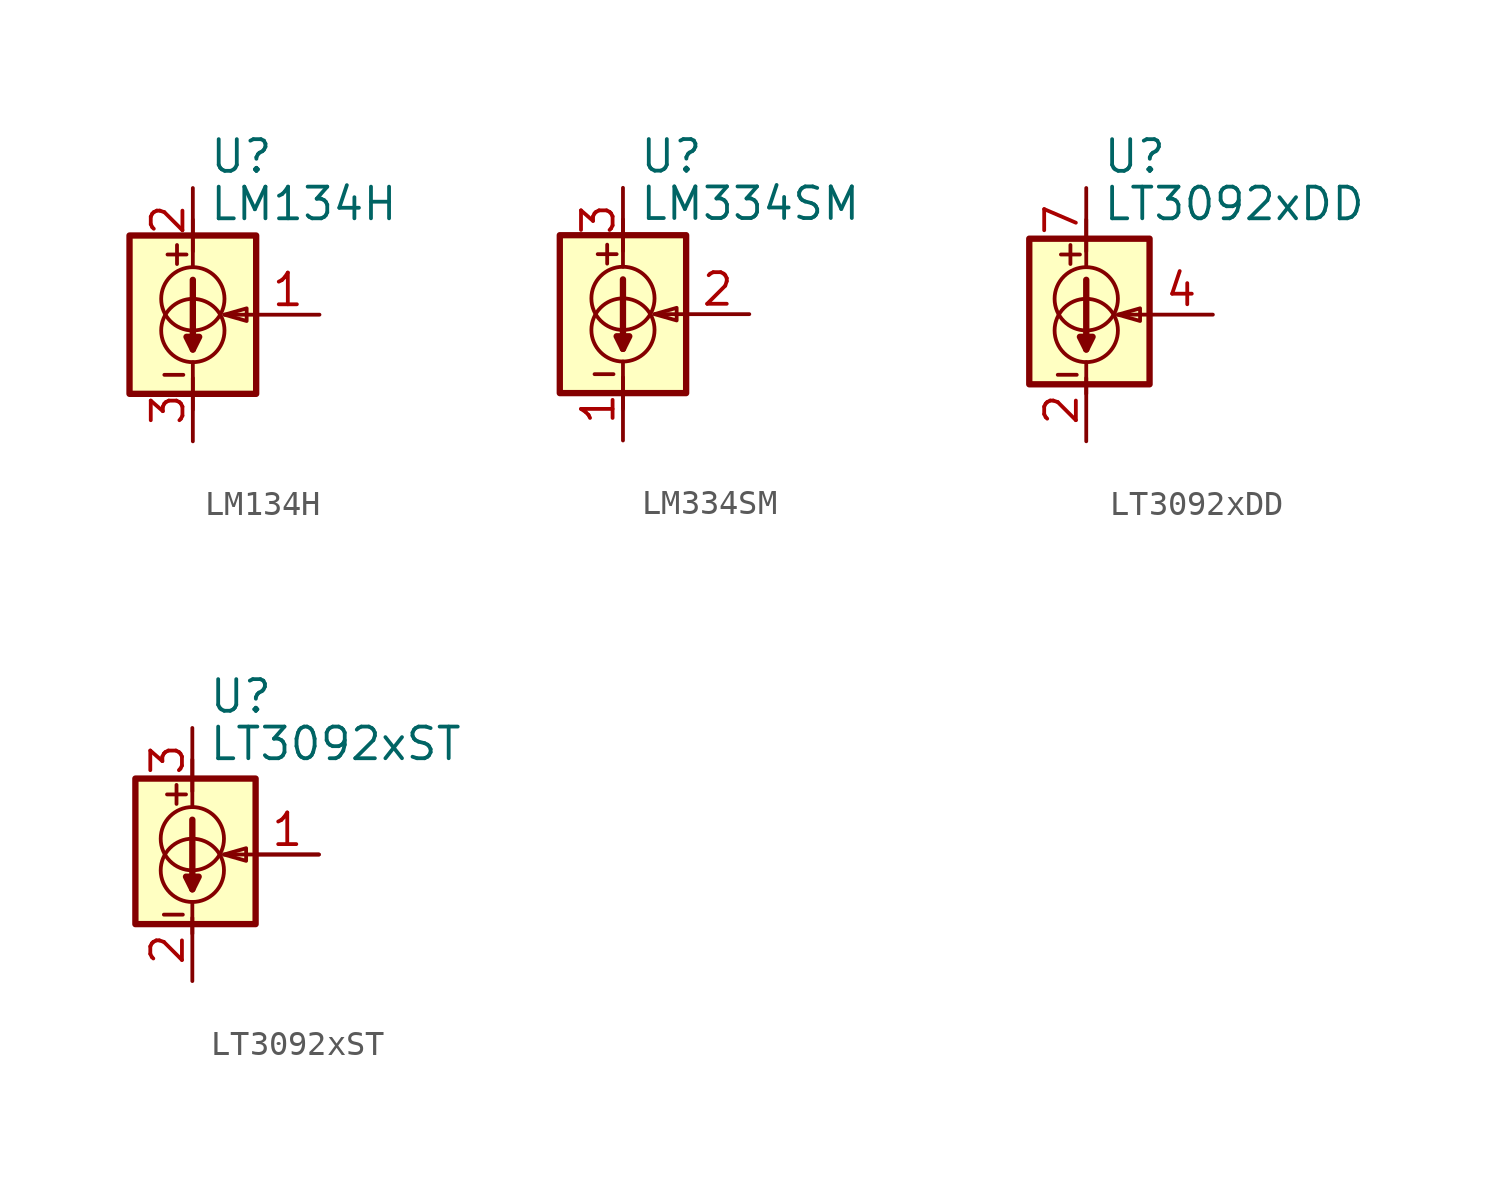
<source format=kicad_sym>
(kicad_symbol_lib
  (version 20211014)
  (generator kicad_symbol_editor)
  (symbol "LM134H"
    (property "Reference" "U"
      (at 0.635 6.35 0)
      (effects (font (size 1.27 1.27)) (justify left)))
    (property "Value" "LM134H"
      (at 0.635 4.445 0)
      (effects (font (size 1.27 1.27)) (justify left)))
    (symbol "LM134H_0_1"
      (rectangle (start -2.54 3.175) (end 2.54 -3.175) (stroke (width 0.254) (type default) (color 0 0 0 0)) (fill (type background)))
      (circle (center 0 -0.635) (radius 1.27) (stroke (width 0) (type default) (color 0 0 0 0)) (fill (type none)))
      (polyline (pts (xy -1.143 -2.413) (xy -0.381 -2.413)) (stroke (width 0) (type default) (color 0 0 0 0)) (fill (type none)))
      (polyline (pts (xy -1.016 2.413) (xy -0.254 2.413)) (stroke (width 0) (type default) (color 0 0 0 0)) (fill (type none)))
      (polyline (pts (xy -0.635 2.794) (xy -0.635 2.032)) (stroke (width 0) (type default) (color 0 0 0 0)) (fill (type none)))
      (polyline (pts (xy 0 -1.905) (xy 0 -3.81)) (stroke (width 0) (type default) (color 0 0 0 0)) (fill (type none)))
      (polyline (pts (xy 0 1.397) (xy 0 -1.397)) (stroke (width 0.254) (type default) (color 0 0 0 0)) (fill (type none)))
      (polyline (pts (xy 0 3.81) (xy 0 1.905)) (stroke (width 0) (type default) (color 0 0 0 0)) (fill (type none)))
      (polyline (pts (xy 2.54 0) (xy 1.27 0)) (stroke (width 0) (type default) (color 0 0 0 0)) (fill (type none)))
      (polyline (pts (xy 0 -1.397) (xy -0.254 -0.889) (xy 0.254 -0.889) (xy 0 -1.397)) (stroke (width 0.254) (type default) (color 0 0 0 0)) (fill (type none)))
      (polyline (pts (xy 1.27 0) (xy 2.159 0.254) (xy 2.159 -0.254) (xy 1.27 0)) (stroke (width 0) (type default) (color 0 0 0 0)) (fill (type none)))
      (circle (center 0 0.635) (radius 1.27) (stroke (width 0) (type default) (color 0 0 0 0)) (fill (type none))))
    (symbol "LM134H_1_1"
      (pin passive line (at 5.08 0 180) (length 2.54) (name "~" (effects (font (size 1.27 1.27)))) (number "1" (effects (font (size 1.27 1.27)))))
      (pin passive line (at 0 5.08 270) (length 2.54) (name "~" (effects (font (size 1.27 1.27)))) (number "2" (effects (font (size 1.27 1.27)))))
      (pin passive line (at 0 -5.08 90) (length 2.54) (name "~" (effects (font (size 1.27 1.27)))) (number "3" (effects (font (size 1.27 1.27)))))))
  (symbol "LM334SM"
    (property "Reference" "U"
      (at 0.635 6.35 0)
      (effects (font (size 1.27 1.27)) (justify left)))
    (property "Value" "LM334SM"
      (at 0.635 4.445 0)
      (effects (font (size 1.27 1.27)) (justify left)))
    (symbol "LM334SM_0_1"
      (rectangle (start -2.54 3.175) (end 2.54 -3.175) (stroke (width 0.254) (type default) (color 0 0 0 0)) (fill (type background)))
      (circle (center 0 -0.635) (radius 1.27) (stroke (width 0) (type default) (color 0 0 0 0)) (fill (type none)))
      (polyline (pts (xy -1.143 -2.413) (xy -0.381 -2.413)) (stroke (width 0) (type default) (color 0 0 0 0)) (fill (type none)))
      (polyline (pts (xy -1.016 2.413) (xy -0.254 2.413)) (stroke (width 0) (type default) (color 0 0 0 0)) (fill (type none)))
      (polyline (pts (xy -0.635 2.794) (xy -0.635 2.032)) (stroke (width 0) (type default) (color 0 0 0 0)) (fill (type none)))
      (polyline (pts (xy 0 -1.905) (xy 0 -3.81)) (stroke (width 0) (type default) (color 0 0 0 0)) (fill (type none)))
      (polyline (pts (xy 0 1.397) (xy 0 -1.397)) (stroke (width 0.254) (type default) (color 0 0 0 0)) (fill (type none)))
      (polyline (pts (xy 0 3.81) (xy 0 1.905)) (stroke (width 0) (type default) (color 0 0 0 0)) (fill (type none)))
      (polyline (pts (xy 2.54 0) (xy 1.27 0)) (stroke (width 0) (type default) (color 0 0 0 0)) (fill (type none)))
      (polyline (pts (xy 0 -1.397) (xy -0.254 -0.889) (xy 0.254 -0.889) (xy 0 -1.397)) (stroke (width 0.254) (type default) (color 0 0 0 0)) (fill (type none)))
      (polyline (pts (xy 1.27 0) (xy 2.159 0.254) (xy 2.159 -0.254) (xy 1.27 0)) (stroke (width 0) (type default) (color 0 0 0 0)) (fill (type none)))
      (circle (center 0 0.635) (radius 1.27) (stroke (width 0) (type default) (color 0 0 0 0)) (fill (type none))))
    (symbol "LM334SM_1_1"
      (pin passive line (at 0 -5.08 90) (length 2.54) (name "~" (effects (font (size 1.27 1.27)))) (number "1" (effects (font (size 1.27 1.27)))))
      (pin passive line (at 5.08 0 180) (length 2.54) (name "~" (effects (font (size 1.27 1.27)))) (number "2" (effects (font (size 1.27 1.27)))))
      (pin passive line (at 0 5.08 270) (length 2.54) (name "~" (effects (font (size 1.27 1.27)))) (number "3" (effects (font (size 1.27 1.27)))))))
  (symbol "LT3092xDD"
    (property "Reference" "U"
      (at 0.635 6.35 0)
      (effects (font (size 1.27 1.27)) (justify left)))
    (property "Value" "LT3092xDD"
      (at 0.635 4.445 0)
      (effects (font (size 1.27 1.27)) (justify left)))
    (symbol "LT3092xDD_0_1"
      (rectangle (start -2.286 3.048) (end 2.54 -2.794) (stroke (width 0.254) (type default) (color 0 0 0 0)) (fill (type background)))
      (circle (center 0 -0.635) (radius 1.27) (stroke (width 0) (type default) (color 0 0 0 0)) (fill (type none)))
      (polyline (pts (xy -1.143 -2.413) (xy -0.381 -2.413)) (stroke (width 0) (type default) (color 0 0 0 0)) (fill (type none)))
      (polyline (pts (xy -1.016 2.413) (xy -0.254 2.413)) (stroke (width 0) (type default) (color 0 0 0 0)) (fill (type none)))
      (polyline (pts (xy -0.635 2.794) (xy -0.635 2.032)) (stroke (width 0) (type default) (color 0 0 0 0)) (fill (type none)))
      (polyline (pts (xy 0 -1.905) (xy 0 -3.175)) (stroke (width 0) (type default) (color 0 0 0 0)) (fill (type none)))
      (polyline (pts (xy 0 1.397) (xy 0 -1.397)) (stroke (width 0.254) (type default) (color 0 0 0 0)) (fill (type none)))
      (polyline (pts (xy 0 3.81) (xy 0 1.905)) (stroke (width 0) (type default) (color 0 0 0 0)) (fill (type none)))
      (polyline (pts (xy 2.54 0) (xy 1.27 0)) (stroke (width 0) (type default) (color 0 0 0 0)) (fill (type none)))
      (polyline (pts (xy 0 -1.397) (xy -0.254 -0.889) (xy 0.254 -0.889) (xy 0 -1.397)) (stroke (width 0.254) (type default) (color 0 0 0 0)) (fill (type none)))
      (polyline (pts (xy 1.27 0) (xy 2.159 0.254) (xy 2.159 -0.254) (xy 1.27 0)) (stroke (width 0) (type default) (color 0 0 0 0)) (fill (type none)))
      (circle (center 0 0.635) (radius 1.27) (stroke (width 0) (type default) (color 0 0 0 0)) (fill (type none))))
    (symbol "LT3092xDD_1_1"
      (pin passive line (at 0 -5.08 90) (length 2.54) hide (name "~" (effects (font (size 1.27 1.27)))) (number "1" (effects (font (size 1.27 1.27)))))
      (pin passive line (at 0 -5.08 90) (length 2.54) (name "~" (effects (font (size 1.27 1.27)))) (number "2" (effects (font (size 1.27 1.27)))))
      (pin no_connect line (at -1.27 2.54 0) (length 2.54) hide (name "NC" (effects (font (size 1.27 1.27)))) (number "3" (effects (font (size 1.27 1.27)))))
      (pin passive line (at 5.08 0 180) (length 2.54) (name "~" (effects (font (size 1.27 1.27)))) (number "4" (effects (font (size 1.27 1.27)))))
      (pin no_connect line (at -1.27 0 0) (length 2.54) hide (name "NC" (effects (font (size 1.27 1.27)))) (number "5" (effects (font (size 1.27 1.27)))))
      (pin no_connect line (at -1.27 -2.54 0) (length 2.54) hide (name "NC" (effects (font (size 1.27 1.27)))) (number "6" (effects (font (size 1.27 1.27)))))
      (pin passive line (at 0 5.08 270) (length 2.54) (name "~" (effects (font (size 1.27 1.27)))) (number "7" (effects (font (size 1.27 1.27)))))
      (pin passive line (at 0 5.08 270) (length 2.54) hide (name "~" (effects (font (size 1.27 1.27)))) (number "8" (effects (font (size 1.27 1.27)))))
      (pin passive line (at 0 -5.08 90) (length 2.54) hide (name "~" (effects (font (size 1.27 1.27)))) (number "9" (effects (font (size 1.27 1.27)))))))
  (symbol "LT3092xST"
    (property "Reference" "U"
      (at 0.635 6.35 0)
      (effects (font (size 1.27 1.27)) (justify left)))
    (property "Value" "LT3092xST"
      (at 0.635 4.445 0)
      (effects (font (size 1.27 1.27)) (justify left)))
    (symbol "LT3092xST_0_1"
      (rectangle (start -2.286 3.048) (end 2.54 -2.794) (stroke (width 0.254) (type default) (color 0 0 0 0)) (fill (type background)))
      (circle (center 0 -0.635) (radius 1.27) (stroke (width 0) (type default) (color 0 0 0 0)) (fill (type none)))
      (polyline (pts (xy -1.143 -2.413) (xy -0.381 -2.413)) (stroke (width 0) (type default) (color 0 0 0 0)) (fill (type none)))
      (polyline (pts (xy -1.016 2.413) (xy -0.254 2.413)) (stroke (width 0) (type default) (color 0 0 0 0)) (fill (type none)))
      (polyline (pts (xy -0.635 2.794) (xy -0.635 2.032)) (stroke (width 0) (type default) (color 0 0 0 0)) (fill (type none)))
      (polyline (pts (xy 0 -1.905) (xy 0 -3.175)) (stroke (width 0) (type default) (color 0 0 0 0)) (fill (type none)))
      (polyline (pts (xy 0 1.397) (xy 0 -1.397)) (stroke (width 0.254) (type default) (color 0 0 0 0)) (fill (type none)))
      (polyline (pts (xy 0 3.81) (xy 0 1.905)) (stroke (width 0) (type default) (color 0 0 0 0)) (fill (type none)))
      (polyline (pts (xy 5.08 0) (xy 1.27 0)) (stroke (width 0) (type default) (color 0 0 0 0)) (fill (type none)))
      (polyline (pts (xy 0 -1.397) (xy -0.254 -0.889) (xy 0.254 -0.889) (xy 0 -1.397)) (stroke (width 0.254) (type default) (color 0 0 0 0)) (fill (type none)))
      (polyline (pts (xy 1.27 0) (xy 2.159 0.254) (xy 2.159 -0.254) (xy 1.27 0)) (stroke (width 0) (type default) (color 0 0 0 0)) (fill (type none)))
      (circle (center 0 0.635) (radius 1.27) (stroke (width 0) (type default) (color 0 0 0 0)) (fill (type none))))
    (symbol "LT3092xST_1_1"
      (pin passive line (at 5.08 0 180) (length 2.54) (name "~" (effects (font (size 1.27 1.27)))) (number "1" (effects (font (size 1.27 1.27)))))
      (pin passive line (at 0 -5.08 90) (length 2.54) (name "~" (effects (font (size 1.27 1.27)))) (number "2" (effects (font (size 1.27 1.27)))))
      (pin passive line (at 0 5.08 270) (length 2.54) (name "~" (effects (font (size 1.27 1.27)))) (number "3" (effects (font (size 1.27 1.27))))))))
</source>
